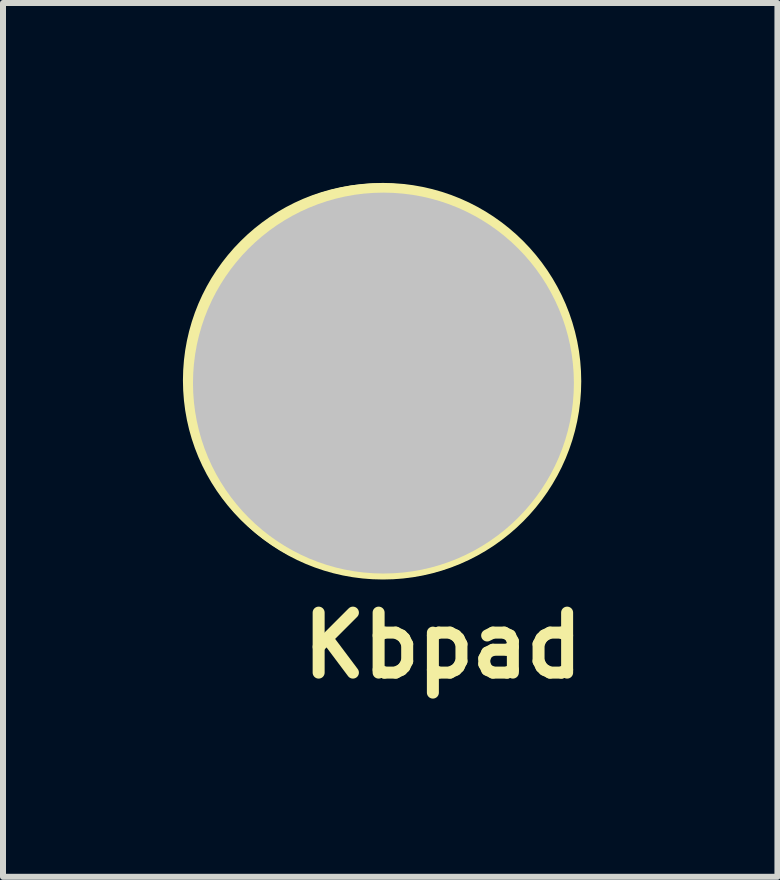
<source format=kicad_pcb>
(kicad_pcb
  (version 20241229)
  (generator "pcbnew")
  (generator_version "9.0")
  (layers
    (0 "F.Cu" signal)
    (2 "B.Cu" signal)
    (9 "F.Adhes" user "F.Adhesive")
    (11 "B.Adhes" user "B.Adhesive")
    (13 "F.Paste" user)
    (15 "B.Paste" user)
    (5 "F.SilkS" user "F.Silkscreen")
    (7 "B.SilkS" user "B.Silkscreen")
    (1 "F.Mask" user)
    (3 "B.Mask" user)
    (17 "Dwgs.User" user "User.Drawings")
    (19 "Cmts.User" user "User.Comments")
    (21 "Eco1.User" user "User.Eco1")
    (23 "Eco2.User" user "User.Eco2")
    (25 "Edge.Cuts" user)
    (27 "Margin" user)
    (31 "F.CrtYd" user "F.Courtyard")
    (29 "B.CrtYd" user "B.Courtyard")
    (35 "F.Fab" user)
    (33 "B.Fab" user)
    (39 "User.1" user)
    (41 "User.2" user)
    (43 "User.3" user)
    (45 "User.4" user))
  (footprint "Kbpad"
    (layer "F.Cu")
    (at 3.163 3.217)
    (property "Reference" "Kbpad" (at -1.27 5.08 180) (layer "F.SilkS") (effects (font (size 1 1) (thickness 0.2)) (justify left bottom)))
    (attr through_hole)
    (fp_line (start -2.935 0.387) (end -2.998 0.155) (stroke (width 0.051) (type solid)) (layer "F.Cu"))
    (fp_line (start -2.678 0.358) (end -2.836 0.358) (stroke (width 0.254) (type solid)) (layer "F.Cu"))
    (fp_line (start -2.678 0.358) (end -2.678 -0.753) (stroke (width 0.254) (type solid)) (layer "F.Cu"))
    (fp_line (start -2.201 -0.118) (end -2.201 -0.753) (stroke (width 0.254) (type solid)) (layer "F.Cu"))
    (fp_line (start -2.201 0.358) (end -2.678 0.358) (stroke (width 0.254) (type solid)) (layer "F.Cu"))
    (fp_line (start -2.201 0.358) (end -2.201 0.834) (stroke (width 0.254) (type solid)) (layer "F.Cu"))
    (fp_line (start -1.725 -0.594) (end -1.725 -2.341) (stroke (width 0.254) (type solid)) (layer "F.Cu"))
    (fp_line (start -1.725 0.834) (end -1.725 2.422) (stroke (width 0.254) (type solid)) (layer "F.Cu"))
    (fp_line (start -1.249 -0.118) (end -2.201 -0.118) (stroke (width 0.254) (type solid)) (layer "F.Cu"))
    (fp_line (start -1.249 -0.118) (end -1.249 -1.864) (stroke (width 0.254) (type solid)) (layer "F.Cu"))
    (fp_line (start -1.249 0.358) (end -2.201 0.358) (stroke (width 0.254) (type solid)) (layer "F.Cu"))
    (fp_line (start -1.249 0.358) (end -1.249 2.104) (stroke (width 0.254) (type solid)) (layer "F.Cu"))
    (fp_line (start -0.772 -0.594) (end -0.772 -2.817) (stroke (width 0.254) (type solid)) (layer "F.Cu"))
    (fp_line (start -0.772 0.834) (end -0.772 2.898) (stroke (width 0.254) (type solid)) (layer "F.Cu"))
    (fp_line (start -0.296 -0.118) (end -1.249 -0.118) (stroke (width 0.254) (type solid)) (layer "F.Cu"))
    (fp_line (start -0.296 -0.118) (end -0.296 -2.182) (stroke (width 0.254) (type solid)) (layer "F.Cu"))
    (fp_line (start -0.296 0.358) (end -1.249 0.358) (stroke (width 0.254) (type solid)) (layer "F.Cu"))
    (fp_line (start -0.296 0.358) (end -0.296 2.422) (stroke (width 0.254) (type solid)) (layer "F.Cu"))
    (fp_line (start 0.18 -0.594) (end 0.18 -2.976) (stroke (width 0.254) (type solid)) (layer "F.Cu"))
    (fp_line (start 0.18 3.057) (end 0.18 0.834) (stroke (width 0.254) (type solid)) (layer "F.Cu"))
    (fp_line (start 0.656 -0.118) (end -0.296 -0.118) (stroke (width 0.254) (type solid)) (layer "F.Cu"))
    (fp_line (start 0.656 -0.118) (end 0.656 -2.182) (stroke (width 0.254) (type solid)) (layer "F.Cu"))
    (fp_line (start 0.656 0.358) (end -0.296 0.358) (stroke (width 0.254) (type solid)) (layer "F.Cu"))
    (fp_line (start 0.656 0.358) (end 0.656 2.422) (stroke (width 0.254) (type solid)) (layer "F.Cu"))
    (fp_line (start 1.133 -0.594) (end 1.133 -2.817) (stroke (width 0.254) (type solid)) (layer "F.Cu"))
    (fp_line (start 1.133 0.517) (end 1.133 2.898) (stroke (width 0.254) (type solid)) (layer "F.Cu"))
    (fp_line (start 1.609 -0.118) (end 0.656 -0.118) (stroke (width 0.254) (type solid)) (layer "F.Cu"))
    (fp_line (start 1.609 -0.118) (end 1.609 -1.864) (stroke (width 0.254) (type solid)) (layer "F.Cu"))
    (fp_line (start 1.609 0.358) (end 0.656 0.358) (stroke (width 0.254) (type solid)) (layer "F.Cu"))
    (fp_line (start 1.609 0.358) (end 1.609 2.104) (stroke (width 0.254) (type solid)) (layer "F.Cu"))
    (fp_line (start 2.085 -0.594) (end 2.085 -2.341) (stroke (width 0.254) (type solid)) (layer "F.Cu"))
    (fp_line (start 2.085 0.834) (end 2.085 2.422) (stroke (width 0.254) (type solid)) (layer "F.Cu"))
    (fp_line (start 2.561 -0.118) (end 1.609 -0.118) (stroke (width 0.254) (type solid)) (layer "F.Cu"))
    (fp_line (start 2.561 -0.118) (end 2.561 -0.594) (stroke (width 0.254) (type solid)) (layer "F.Cu"))
    (fp_line (start 2.561 -0.118) (end 3.038 -0.118) (stroke (width 0.254) (type solid)) (layer "F.Cu"))
    (fp_line (start 2.561 0.358) (end 1.609 0.358) (stroke (width 0.254) (type solid)) (layer "F.Cu"))
    (fp_line (start 2.561 0.358) (end 2.561 0.993) (stroke (width 0.254) (type solid)) (layer "F.Cu"))
    (fp_line (start 3.038 -0.118) (end 3.038 0.993) (stroke (width 0.254) (type solid)) (layer "F.Cu"))
    (fp_line (start 3.038 -0.118) (end 3.196 -0.118) (stroke (width 0.254) (type solid)) (layer "F.Cu"))
    (fp_line (start 3.282 -0.147) (end 3.342 0.076) (stroke (width 0.076) (type solid)) (layer "F.Cu"))
    (fp_arc (start -2.83625 0.12) (mid -0.30457 -2.854955) (end 3.0375 -0.8325) (stroke (width 0.381) (type solid)) (layer "F.Cu"))
    (fp_arc (start 3.19625 0.12) (mid 0.66457 3.094955) (end -2.6775 1.0725) (stroke (width 0.381) (type solid)) (layer "F.Cu"))
    (fp_circle (center 0.18 0.12) (end 1.73 0.12) (stroke (width 3.1) (type solid)) (fill no) (layer "F.Mask"))
    (fp_circle (center 0.123 0.075) (end 3.309 0.075) (stroke (width 0.2) (type solid)) (fill no) (layer "F.SilkS"))
    (fp_circle (center 0.172 0.089) (end 3.378 0.089) (stroke (width 0.2) (type solid)) (fill no) (layer "F.SilkS"))
    (fp_circle (center 0.18 0.12) (end 3.38 0.12) (stroke (width 0.127) (type solid)) (fill no) (layer "F.SilkS"))
    (fp_circle (center 0.18 0.12) (end 1.768 0.12) (stroke (width 3.175) (type solid)) (fill no) (layer "Dwgs.User"))
    (pad "P1" smd rect (at -2.836 0.12 90) (size 0.305 0.152) (layers "F.Cu" "F.Mask"))
    (pad "P2" smd rect (at 3.196 -0.039 90) (size 0.305 0.152) (layers "F.Cu" "F.Mask")))
  (gr_rect
    (start -3 -3)
    (end 9.912 11.569)
    (stroke (width 0.1) (type default))
    (fill no)
    (layer "Edge.Cuts")))
</source>
